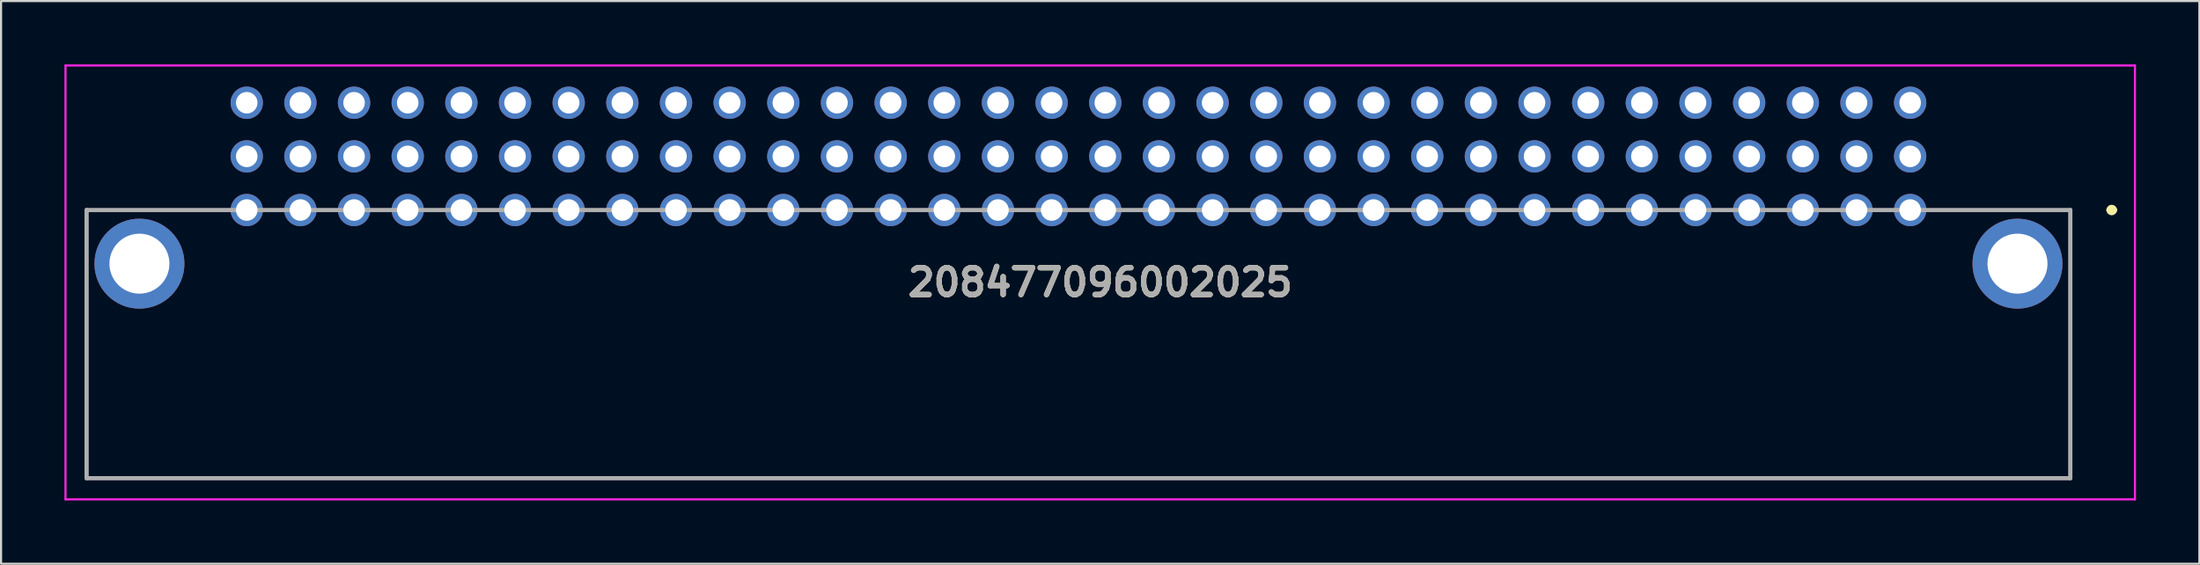
<source format=kicad_pcb>
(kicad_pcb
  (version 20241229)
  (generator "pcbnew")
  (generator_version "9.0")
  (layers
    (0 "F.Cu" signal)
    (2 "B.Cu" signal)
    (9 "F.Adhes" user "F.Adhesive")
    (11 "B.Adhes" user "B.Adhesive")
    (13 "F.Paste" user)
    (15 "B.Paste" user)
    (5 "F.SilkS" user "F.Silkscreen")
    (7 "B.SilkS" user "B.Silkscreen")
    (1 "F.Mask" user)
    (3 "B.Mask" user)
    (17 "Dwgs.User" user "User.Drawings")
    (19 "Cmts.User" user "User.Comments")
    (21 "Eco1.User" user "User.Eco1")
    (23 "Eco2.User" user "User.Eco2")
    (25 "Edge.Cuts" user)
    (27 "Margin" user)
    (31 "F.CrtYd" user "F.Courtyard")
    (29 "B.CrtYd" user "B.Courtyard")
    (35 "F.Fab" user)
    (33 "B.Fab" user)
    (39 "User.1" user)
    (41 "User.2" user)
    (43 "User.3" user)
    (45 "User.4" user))
  (footprint "208477096002025"
    (layer "F.Cu")
    (at 87.37 6.895)
    (property "Reference" "208477096002025" (at -38.34 3.427 0) (layer "F.SilkS") (effects (font (size 1.27 1.27) (thickness 0.254))))
    (attr through_hole)
    (fp_line (start -86.32 12.7) (end 7.58 12.7) (stroke (width 0.1) (type solid)) (layer "F.SilkS"))
    (fp_line (start 9.44 0) (end 9.44 0) (stroke (width 0.3) (type solid)) (layer "F.SilkS"))
    (fp_line (start 9.64 0) (end 9.64 0) (stroke (width 0.3) (type solid)) (layer "F.SilkS"))
    (fp_arc (start 9.44 0) (mid 9.54 -0.1) (end 9.64 0) (stroke (width 0.3) (type solid)) (layer "F.SilkS"))
    (fp_arc (start 9.64 0) (mid 9.54 0.1) (end 9.44 0) (stroke (width 0.3) (type solid)) (layer "F.SilkS"))
    (fp_line (start -87.32 -6.845) (end 10.64 -6.845) (stroke (width 0.1) (type solid)) (layer "F.CrtYd"))
    (fp_line (start -87.32 13.7) (end -87.32 -6.845) (stroke (width 0.1) (type solid)) (layer "F.CrtYd"))
    (fp_line (start 10.64 -6.845) (end 10.64 13.7) (stroke (width 0.1) (type solid)) (layer "F.CrtYd"))
    (fp_line (start 10.64 13.7) (end -87.32 13.7) (stroke (width 0.1) (type solid)) (layer "F.CrtYd"))
    (fp_line (start -86.32 0) (end 7.58 0) (stroke (width 0.2) (type solid)) (layer "F.Fab"))
    (fp_line (start -86.32 12.7) (end -86.32 0) (stroke (width 0.2) (type solid)) (layer "F.Fab"))
    (fp_line (start 7.58 0) (end 7.58 12.7) (stroke (width 0.2) (type solid)) (layer "F.Fab"))
    (fp_line (start 7.58 12.7) (end -86.32 12.7) (stroke (width 0.2) (type solid)) (layer "F.Fab"))
    (fp_text user "${REFERENCE}" (at -38.34 3.427 0) (layer "F.Fab") (effects (font (size 1.27 1.27) (thickness 0.254))))
    (pad "A1" thru_hole circle (at 0 0) (size 1.53 1.53) (drill 1.02) (layers "*.Cu" "*.Mask"))
    (pad "A2" thru_hole circle (at -2.54 0) (size 1.53 1.53) (drill 1.02) (layers "*.Cu" "*.Mask"))
    (pad "A3" thru_hole circle (at -5.08 0) (size 1.53 1.53) (drill 1.02) (layers "*.Cu" "*.Mask"))
    (pad "A4" thru_hole circle (at -7.62 0) (size 1.53 1.53) (drill 1.02) (layers "*.Cu" "*.Mask"))
    (pad "A5" thru_hole circle (at -10.16 0) (size 1.53 1.53) (drill 1.02) (layers "*.Cu" "*.Mask"))
    (pad "A6" thru_hole circle (at -12.7 0) (size 1.53 1.53) (drill 1.02) (layers "*.Cu" "*.Mask"))
    (pad "A7" thru_hole circle (at -15.24 0) (size 1.53 1.53) (drill 1.02) (layers "*.Cu" "*.Mask"))
    (pad "A8" thru_hole circle (at -17.78 0) (size 1.53 1.53) (drill 1.02) (layers "*.Cu" "*.Mask"))
    (pad "A9" thru_hole circle (at -20.32 0) (size 1.53 1.53) (drill 1.02) (layers "*.Cu" "*.Mask"))
    (pad "A10" thru_hole circle (at -22.86 0) (size 1.53 1.53) (drill 1.02) (layers "*.Cu" "*.Mask"))
    (pad "A11" thru_hole circle (at -25.4 0) (size 1.53 1.53) (drill 1.02) (layers "*.Cu" "*.Mask"))
    (pad "A12" thru_hole circle (at -27.94 0) (size 1.53 1.53) (drill 1.02) (layers "*.Cu" "*.Mask"))
    (pad "A13" thru_hole circle (at -30.48 0) (size 1.53 1.53) (drill 1.02) (layers "*.Cu" "*.Mask"))
    (pad "A14" thru_hole circle (at -33.02 0) (size 1.53 1.53) (drill 1.02) (layers "*.Cu" "*.Mask"))
    (pad "A15" thru_hole circle (at -35.56 0) (size 1.53 1.53) (drill 1.02) (layers "*.Cu" "*.Mask"))
    (pad "A16" thru_hole circle (at -38.1 0) (size 1.53 1.53) (drill 1.02) (layers "*.Cu" "*.Mask"))
    (pad "A17" thru_hole circle (at -40.64 0) (size 1.53 1.53) (drill 1.02) (layers "*.Cu" "*.Mask"))
    (pad "A18" thru_hole circle (at -43.18 0) (size 1.53 1.53) (drill 1.02) (layers "*.Cu" "*.Mask"))
    (pad "A19" thru_hole circle (at -45.72 0) (size 1.53 1.53) (drill 1.02) (layers "*.Cu" "*.Mask"))
    (pad "A20" thru_hole circle (at -48.26 0) (size 1.53 1.53) (drill 1.02) (layers "*.Cu" "*.Mask"))
    (pad "A21" thru_hole circle (at -50.8 0) (size 1.53 1.53) (drill 1.02) (layers "*.Cu" "*.Mask"))
    (pad "A22" thru_hole circle (at -53.34 0) (size 1.53 1.53) (drill 1.02) (layers "*.Cu" "*.Mask"))
    (pad "A23" thru_hole circle (at -55.88 0) (size 1.53 1.53) (drill 1.02) (layers "*.Cu" "*.Mask"))
    (pad "A24" thru_hole circle (at -58.42 0) (size 1.53 1.53) (drill 1.02) (layers "*.Cu" "*.Mask"))
    (pad "A25" thru_hole circle (at -60.96 0) (size 1.53 1.53) (drill 1.02) (layers "*.Cu" "*.Mask"))
    (pad "A26" thru_hole circle (at -63.5 0) (size 1.53 1.53) (drill 1.02) (layers "*.Cu" "*.Mask"))
    (pad "A27" thru_hole circle (at -66.04 0) (size 1.53 1.53) (drill 1.02) (layers "*.Cu" "*.Mask"))
    (pad "A28" thru_hole circle (at -68.58 0) (size 1.53 1.53) (drill 1.02) (layers "*.Cu" "*.Mask"))
    (pad "A29" thru_hole circle (at -71.12 0) (size 1.53 1.53) (drill 1.02) (layers "*.Cu" "*.Mask"))
    (pad "A30" thru_hole circle (at -73.66 0) (size 1.53 1.53) (drill 1.02) (layers "*.Cu" "*.Mask"))
    (pad "A31" thru_hole circle (at -76.2 0) (size 1.53 1.53) (drill 1.02) (layers "*.Cu" "*.Mask"))
    (pad "A32" thru_hole circle (at -78.74 0) (size 1.53 1.53) (drill 1.02) (layers "*.Cu" "*.Mask"))
    (pad "B1" thru_hole circle (at 0 -2.54) (size 1.53 1.53) (drill 1.02) (layers "*.Cu" "*.Mask"))
    (pad "B2" thru_hole circle (at -2.54 -2.54) (size 1.53 1.53) (drill 1.02) (layers "*.Cu" "*.Mask"))
    (pad "B3" thru_hole circle (at -5.08 -2.54) (size 1.53 1.53) (drill 1.02) (layers "*.Cu" "*.Mask"))
    (pad "B4" thru_hole circle (at -7.62 -2.54) (size 1.53 1.53) (drill 1.02) (layers "*.Cu" "*.Mask"))
    (pad "B5" thru_hole circle (at -10.16 -2.54) (size 1.53 1.53) (drill 1.02) (layers "*.Cu" "*.Mask"))
    (pad "B6" thru_hole circle (at -12.7 -2.54) (size 1.53 1.53) (drill 1.02) (layers "*.Cu" "*.Mask"))
    (pad "B7" thru_hole circle (at -15.24 -2.54) (size 1.53 1.53) (drill 1.02) (layers "*.Cu" "*.Mask"))
    (pad "B8" thru_hole circle (at -17.78 -2.54) (size 1.53 1.53) (drill 1.02) (layers "*.Cu" "*.Mask"))
    (pad "B9" thru_hole circle (at -20.32 -2.54) (size 1.53 1.53) (drill 1.02) (layers "*.Cu" "*.Mask"))
    (pad "B10" thru_hole circle (at -22.86 -2.54) (size 1.53 1.53) (drill 1.02) (layers "*.Cu" "*.Mask"))
    (pad "B11" thru_hole circle (at -25.4 -2.54) (size 1.53 1.53) (drill 1.02) (layers "*.Cu" "*.Mask"))
    (pad "B12" thru_hole circle (at -27.94 -2.54) (size 1.53 1.53) (drill 1.02) (layers "*.Cu" "*.Mask"))
    (pad "B13" thru_hole circle (at -30.48 -2.54) (size 1.53 1.53) (drill 1.02) (layers "*.Cu" "*.Mask"))
    (pad "B14" thru_hole circle (at -33.02 -2.54) (size 1.53 1.53) (drill 1.02) (layers "*.Cu" "*.Mask"))
    (pad "B15" thru_hole circle (at -35.56 -2.54) (size 1.53 1.53) (drill 1.02) (layers "*.Cu" "*.Mask"))
    (pad "B16" thru_hole circle (at -38.1 -2.54) (size 1.53 1.53) (drill 1.02) (layers "*.Cu" "*.Mask"))
    (pad "B17" thru_hole circle (at -40.64 -2.54) (size 1.53 1.53) (drill 1.02) (layers "*.Cu" "*.Mask"))
    (pad "B18" thru_hole circle (at -43.18 -2.54) (size 1.53 1.53) (drill 1.02) (layers "*.Cu" "*.Mask"))
    (pad "B19" thru_hole circle (at -45.72 -2.54) (size 1.53 1.53) (drill 1.02) (layers "*.Cu" "*.Mask"))
    (pad "B20" thru_hole circle (at -48.26 -2.54) (size 1.53 1.53) (drill 1.02) (layers "*.Cu" "*.Mask"))
    (pad "B21" thru_hole circle (at -50.8 -2.54) (size 1.53 1.53) (drill 1.02) (layers "*.Cu" "*.Mask"))
    (pad "B22" thru_hole circle (at -53.34 -2.54) (size 1.53 1.53) (drill 1.02) (layers "*.Cu" "*.Mask"))
    (pad "B23" thru_hole circle (at -55.88 -2.54) (size 1.53 1.53) (drill 1.02) (layers "*.Cu" "*.Mask"))
    (pad "B24" thru_hole circle (at -58.42 -2.54) (size 1.53 1.53) (drill 1.02) (layers "*.Cu" "*.Mask"))
    (pad "B25" thru_hole circle (at -60.96 -2.54) (size 1.53 1.53) (drill 1.02) (layers "*.Cu" "*.Mask"))
    (pad "B26" thru_hole circle (at -63.5 -2.54) (size 1.53 1.53) (drill 1.02) (layers "*.Cu" "*.Mask"))
    (pad "B27" thru_hole circle (at -66.04 -2.54) (size 1.53 1.53) (drill 1.02) (layers "*.Cu" "*.Mask"))
    (pad "B28" thru_hole circle (at -68.58 -2.54) (size 1.53 1.53) (drill 1.02) (layers "*.Cu" "*.Mask"))
    (pad "B29" thru_hole circle (at -71.12 -2.54) (size 1.53 1.53) (drill 1.02) (layers "*.Cu" "*.Mask"))
    (pad "B30" thru_hole circle (at -73.66 -2.54) (size 1.53 1.53) (drill 1.02) (layers "*.Cu" "*.Mask"))
    (pad "B31" thru_hole circle (at -76.2 -2.54) (size 1.53 1.53) (drill 1.02) (layers "*.Cu" "*.Mask"))
    (pad "B32" thru_hole circle (at -78.74 -2.54) (size 1.53 1.53) (drill 1.02) (layers "*.Cu" "*.Mask"))
    (pad "C1" thru_hole circle (at 0 -5.08) (size 1.53 1.53) (drill 1.02) (layers "*.Cu" "*.Mask"))
    (pad "C2" thru_hole circle (at -2.54 -5.08) (size 1.53 1.53) (drill 1.02) (layers "*.Cu" "*.Mask"))
    (pad "C3" thru_hole circle (at -5.08 -5.08) (size 1.53 1.53) (drill 1.02) (layers "*.Cu" "*.Mask"))
    (pad "C4" thru_hole circle (at -7.62 -5.08) (size 1.53 1.53) (drill 1.02) (layers "*.Cu" "*.Mask"))
    (pad "C5" thru_hole circle (at -10.16 -5.08) (size 1.53 1.53) (drill 1.02) (layers "*.Cu" "*.Mask"))
    (pad "C6" thru_hole circle (at -12.7 -5.08) (size 1.53 1.53) (drill 1.02) (layers "*.Cu" "*.Mask"))
    (pad "C7" thru_hole circle (at -15.24 -5.08) (size 1.53 1.53) (drill 1.02) (layers "*.Cu" "*.Mask"))
    (pad "C8" thru_hole circle (at -17.78 -5.08) (size 1.53 1.53) (drill 1.02) (layers "*.Cu" "*.Mask"))
    (pad "C9" thru_hole circle (at -20.32 -5.08) (size 1.53 1.53) (drill 1.02) (layers "*.Cu" "*.Mask"))
    (pad "C10" thru_hole circle (at -22.86 -5.08) (size 1.53 1.53) (drill 1.02) (layers "*.Cu" "*.Mask"))
    (pad "C11" thru_hole circle (at -25.4 -5.08) (size 1.53 1.53) (drill 1.02) (layers "*.Cu" "*.Mask"))
    (pad "C12" thru_hole circle (at -27.94 -5.08) (size 1.53 1.53) (drill 1.02) (layers "*.Cu" "*.Mask"))
    (pad "C13" thru_hole circle (at -30.48 -5.08) (size 1.53 1.53) (drill 1.02) (layers "*.Cu" "*.Mask"))
    (pad "C14" thru_hole circle (at -33.02 -5.08) (size 1.53 1.53) (drill 1.02) (layers "*.Cu" "*.Mask"))
    (pad "C15" thru_hole circle (at -35.56 -5.08) (size 1.53 1.53) (drill 1.02) (layers "*.Cu" "*.Mask"))
    (pad "C16" thru_hole circle (at -38.1 -5.08) (size 1.53 1.53) (drill 1.02) (layers "*.Cu" "*.Mask"))
    (pad "C17" thru_hole circle (at -40.64 -5.08) (size 1.53 1.53) (drill 1.02) (layers "*.Cu" "*.Mask"))
    (pad "C18" thru_hole circle (at -43.18 -5.08) (size 1.53 1.53) (drill 1.02) (layers "*.Cu" "*.Mask"))
    (pad "C19" thru_hole circle (at -45.72 -5.08) (size 1.53 1.53) (drill 1.02) (layers "*.Cu" "*.Mask"))
    (pad "C20" thru_hole circle (at -48.26 -5.08) (size 1.53 1.53) (drill 1.02) (layers "*.Cu" "*.Mask"))
    (pad "C21" thru_hole circle (at -50.8 -5.08) (size 1.53 1.53) (drill 1.02) (layers "*.Cu" "*.Mask"))
    (pad "C22" thru_hole circle (at -53.34 -5.08) (size 1.53 1.53) (drill 1.02) (layers "*.Cu" "*.Mask"))
    (pad "C23" thru_hole circle (at -55.88 -5.08) (size 1.53 1.53) (drill 1.02) (layers "*.Cu" "*.Mask"))
    (pad "C24" thru_hole circle (at -58.42 -5.08) (size 1.53 1.53) (drill 1.02) (layers "*.Cu" "*.Mask"))
    (pad "C25" thru_hole circle (at -60.96 -5.08) (size 1.53 1.53) (drill 1.02) (layers "*.Cu" "*.Mask"))
    (pad "C26" thru_hole circle (at -63.5 -5.08) (size 1.53 1.53) (drill 1.02) (layers "*.Cu" "*.Mask"))
    (pad "C27" thru_hole circle (at -66.04 -5.08) (size 1.53 1.53) (drill 1.02) (layers "*.Cu" "*.Mask"))
    (pad "C28" thru_hole circle (at -68.58 -5.08) (size 1.53 1.53) (drill 1.02) (layers "*.Cu" "*.Mask"))
    (pad "C29" thru_hole circle (at -71.12 -5.08) (size 1.53 1.53) (drill 1.02) (layers "*.Cu" "*.Mask"))
    (pad "C30" thru_hole circle (at -73.66 -5.08) (size 1.53 1.53) (drill 1.02) (layers "*.Cu" "*.Mask"))
    (pad "C31" thru_hole circle (at -76.2 -5.08) (size 1.53 1.53) (drill 1.02) (layers "*.Cu" "*.Mask"))
    (pad "C32" thru_hole circle (at -78.74 -5.08) (size 1.53 1.53) (drill 1.02) (layers "*.Cu" "*.Mask"))
    (pad "MH1" thru_hole circle (at -83.82 2.54) (size 4.26 4.26) (drill 2.84) (layers "*.Cu" "*.Mask"))
    (pad "MH2" thru_hole circle (at 5.08 2.54) (size 4.26 4.26) (drill 2.84) (layers "*.Cu" "*.Mask")))
  (gr_rect
    (start -3 -3)
    (end 101.06 23.645)
    (stroke (width 0.1) (type default))
    (fill no)
    (layer "Edge.Cuts")))
</source>
